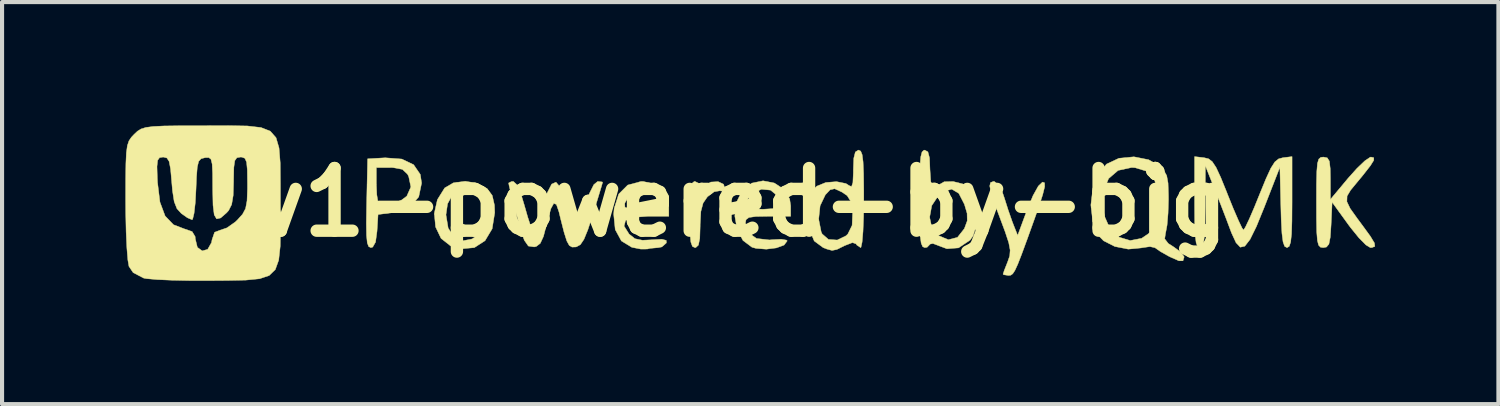
<source format=kicad_pcb>
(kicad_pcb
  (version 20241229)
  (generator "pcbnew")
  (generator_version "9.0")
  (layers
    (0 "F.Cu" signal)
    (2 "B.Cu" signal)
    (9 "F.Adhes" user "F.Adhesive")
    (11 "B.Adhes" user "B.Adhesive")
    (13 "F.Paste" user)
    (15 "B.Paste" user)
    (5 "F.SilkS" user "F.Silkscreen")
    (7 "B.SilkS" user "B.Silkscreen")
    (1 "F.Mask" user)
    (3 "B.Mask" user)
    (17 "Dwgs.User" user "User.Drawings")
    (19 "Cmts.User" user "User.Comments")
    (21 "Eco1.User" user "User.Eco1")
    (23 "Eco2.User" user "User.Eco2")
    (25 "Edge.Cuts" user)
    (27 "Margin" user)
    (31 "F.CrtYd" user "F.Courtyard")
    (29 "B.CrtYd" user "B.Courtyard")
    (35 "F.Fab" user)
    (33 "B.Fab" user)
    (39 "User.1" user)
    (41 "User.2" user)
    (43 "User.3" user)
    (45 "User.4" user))
  (footprint "v1-powered-by-big"
    (layer "F.Cu")
    (at 14.991 1.87)
    (property "Reference" "v1-powered-by-big" (at 0 0 0) (layer "F.SilkS") (effects (font (size 1.524 1.524) (thickness 0.3))))
    (attr through_hole)
    (fp_poly (pts (xy -1.03 -0.453) (xy -1.016 -0.406) (xy -0.991 -0.347) (xy -0.914 -0.406) (xy -0.756 -0.493) (xy -0.579 -0.503) (xy -0.449 -0.442) (xy -0.423 -0.372) (xy -0.476 -0.275) (xy -0.541 -0.281) (xy -0.677 -0.257) (xy -0.837 -0.137) (xy -0.838 -0.137) (xy -0.944 0.017) (xy -0.999 0.223) (xy -1.016 0.536) (xy -1.016 0.577) (xy -1.025 0.877) (xy -1.058 1.04) (xy -1.122 1.099) (xy -1.143 1.101) (xy -1.204 1.072) (xy -1.242 0.967) (xy -1.262 0.756) (xy -1.27 0.413) (xy -1.27 0.296) (xy -1.265 -0.087) (xy -1.249 -0.33) (xy -1.216 -0.46) (xy -1.161 -0.506) (xy -1.143 -0.508) (xy -1.03 -0.453)) (stroke (width 0.01) (type solid)) (fill yes) (layer "F.SilkS"))
    (fp_poly (pts (xy -6.431 -0.464) (xy -6.197 -0.335) (xy -6.072 -0.168) (xy -6.018 0.066) (xy -6.011 0.253) (xy -6.074 0.644) (xy -6.247 0.933) (xy -6.507 1.101) (xy -6.831 1.131) (xy -7.085 1.059) (xy -7.316 0.877) (xy -7.449 0.599) (xy -7.477 0.303) (xy -7.197 0.303) (xy -7.143 0.627) (xy -7 0.844) (xy -6.797 0.937) (xy -6.56 0.89) (xy -6.42 0.791) (xy -6.306 0.591) (xy -6.265 0.311) (xy -6.3 0.026) (xy -6.405 -0.184) (xy -6.621 -0.329) (xy -6.839 -0.329) (xy -7.029 -0.201) (xy -7.158 0.035) (xy -7.197 0.303) (xy -7.477 0.303) (xy -7.481 0.27) (xy -7.405 -0.066) (xy -7.228 -0.35) (xy -7.016 -0.474) (xy -6.728 -0.512) (xy -6.431 -0.464)) (stroke (width 0.01) (type solid)) (fill yes) (layer "F.SilkS"))
    (fp_poly (pts (xy -8.272 -1.053) (xy -7.983 -0.915) (xy -7.821 -0.678) (xy -7.789 -0.469) (xy -7.859 -0.133) (xy -8.065 0.103) (xy -8.4 0.234) (xy -8.474 0.247) (xy -8.848 0.296) (xy -8.873 0.699) (xy -8.909 0.966) (xy -8.978 1.088) (xy -9.024 1.101) (xy -9.076 1.076) (xy -9.11 0.987) (xy -9.128 0.806) (xy -9.133 0.509) (xy -9.126 0.071) (xy -9.125 0.021) (xy -9.106 -0.847) (xy -8.89 -0.847) (xy -8.89 -0.437) (xy -8.879 -0.186) (xy -8.85 -0.01) (xy -8.831 0.031) (xy -8.698 0.063) (xy -8.491 0.029) (xy -8.283 -0.051) (xy -8.149 -0.151) (xy -8.05 -0.374) (xy -8.102 -0.624) (xy -8.131 -0.683) (xy -8.256 -0.802) (xy -8.487 -0.845) (xy -8.554 -0.847) (xy -8.89 -0.847) (xy -9.106 -0.847) (xy -9.102 -1.058) (xy -8.673 -1.083) (xy -8.272 -1.053)) (stroke (width 0.01) (type solid)) (fill yes) (layer "F.SilkS"))
    (fp_poly (pts (xy 6.237 -0.43) (xy 6.342 -0.22) (xy 6.381 -0.106) (xy 6.476 0.193) (xy 6.573 0.47) (xy 6.604 0.55) (xy 6.705 0.804) (xy 6.94 0.169) (xy 7.079 -0.165) (xy 7.207 -0.395) (xy 7.308 -0.492) (xy 7.31 -0.492) (xy 7.359 -0.475) (xy 7.361 -0.378) (xy 7.312 -0.182) (xy 7.208 0.136) (xy 7.116 0.397) (xy 6.937 0.895) (xy 6.804 1.257) (xy 6.708 1.503) (xy 6.638 1.656) (xy 6.584 1.738) (xy 6.536 1.772) (xy 6.484 1.778) (xy 6.479 1.778) (xy 6.365 1.76) (xy 6.35 1.745) (xy 6.38 1.653) (xy 6.452 1.471) (xy 6.463 1.443) (xy 6.512 1.302) (xy 6.522 1.162) (xy 6.488 0.982) (xy 6.401 0.718) (xy 6.297 0.439) (xy 6.147 0.037) (xy 6.058 -0.234) (xy 6.026 -0.398) (xy 6.045 -0.481) (xy 6.112 -0.507) (xy 6.135 -0.508) (xy 6.237 -0.43)) (stroke (width 0.01) (type solid)) (fill yes) (layer "F.SilkS"))
    (fp_poly (pts (xy 0.789 -0.469) (xy 1.019 -0.318) (xy 1.161 -0.082) (xy 1.185 0.085) (xy 1.185 0.339) (xy 0.635 0.339) (xy 0.337 0.344) (xy 0.17 0.368) (xy 0.099 0.422) (xy 0.085 0.502) (xy 0.155 0.738) (xy 0.355 0.879) (xy 0.668 0.915) (xy 0.735 0.909) (xy 0.956 0.898) (xy 1.086 0.919) (xy 1.101 0.937) (xy 1.026 1.038) (xy 0.838 1.108) (xy 0.592 1.139) (xy 0.342 1.119) (xy 0.245 1.092) (xy 0.026 0.928) (xy -0.117 0.659) (xy -0.173 0.334) (xy -0.135 0.004) (xy -0.121 -0.025) (xy 0.095 -0.025) (xy 0.108 0.092) (xy 0.28 0.156) (xy 0.508 0.169) (xy 0.76 0.153) (xy 0.909 0.11) (xy 0.931 0.079) (xy 0.864 -0.158) (xy 0.696 -0.297) (xy 0.473 -0.319) (xy 0.245 -0.203) (xy 0.239 -0.199) (xy 0.095 -0.025) (xy -0.121 -0.025) (xy 0.005 -0.284) (xy 0.006 -0.285) (xy 0.238 -0.467) (xy 0.514 -0.523) (xy 0.789 -0.469)) (stroke (width 0.01) (type solid)) (fill yes) (layer "F.SilkS"))
    (fp_poly (pts (xy -2.095 -0.437) (xy -1.876 -0.245) (xy -1.78 0.036) (xy -1.778 0.085) (xy -1.778 0.339) (xy -2.289 0.339) (xy -2.64 0.365) (xy -2.831 0.444) (xy -2.866 0.578) (xy -2.745 0.77) (xy -2.741 0.774) (xy -2.603 0.884) (xy -2.42 0.922) (xy -2.188 0.911) (xy -1.946 0.898) (xy -1.84 0.925) (xy -1.837 0.987) (xy -1.948 1.084) (xy -2.034 1.101) (xy -2.231 1.119) (xy -2.3 1.135) (xy -2.456 1.137) (xy -2.675 1.094) (xy -2.678 1.093) (xy -2.931 0.939) (xy -3.081 0.663) (xy -3.119 0.287) (xy -3.107 0.147) (xy -3.067 0.023) (xy -2.851 0.023) (xy -2.845 0.12) (xy -2.707 0.161) (xy -2.455 0.169) (xy -2.199 0.159) (xy -2.071 0.119) (xy -2.033 0.034) (xy -2.032 0.017) (xy -2.098 -0.192) (xy -2.263 -0.312) (xy -2.473 -0.329) (xy -2.675 -0.231) (xy -2.747 -0.15) (xy -2.851 0.023) (xy -3.067 0.023) (xy -2.996 -0.201) (xy -2.777 -0.42) (xy -2.455 -0.507) (xy -2.404 -0.508) (xy -2.095 -0.437)) (stroke (width 0.01) (type solid)) (fill yes) (layer "F.SilkS"))
    (fp_poly (pts (xy 15.364 -1.085) (xy 15.364 -1.023) (xy 15.283 -0.893) (xy 15.11 -0.671) (xy 14.962 -0.492) (xy 14.8 -0.296) (xy 14.715 -0.152) (xy 14.71 -0.017) (xy 14.79 0.15) (xy 14.962 0.391) (xy 15.086 0.558) (xy 15.282 0.827) (xy 15.38 0.989) (xy 15.39 1.072) (xy 15.321 1.099) (xy 15.28 1.101) (xy 15.173 1.036) (xy 15.003 0.864) (xy 14.804 0.619) (xy 14.751 0.548) (xy 14.351 -0.004) (xy 14.326 0.548) (xy 14.306 0.848) (xy 14.273 1.016) (xy 14.214 1.087) (xy 14.135 1.101) (xy 14.068 1.091) (xy 14.022 1.042) (xy 13.993 0.928) (xy 13.977 0.723) (xy 13.971 0.398) (xy 13.97 0) (xy 13.971 -0.449) (xy 13.979 -0.756) (xy 13.995 -0.948) (xy 14.026 -1.051) (xy 14.075 -1.093) (xy 14.139 -1.101) (xy 14.233 -1.082) (xy 14.284 -1.002) (xy 14.305 -0.821) (xy 14.309 -0.585) (xy 14.309 -0.07) (xy 14.739 -0.585) (xy 14.957 -0.828) (xy 15.148 -1.01) (xy 15.277 -1.097) (xy 15.295 -1.101) (xy 15.364 -1.085)) (stroke (width 0.01) (type solid)) (fill yes) (layer "F.SilkS"))
    (fp_poly (pts (xy 4.522 -1.228) (xy 4.561 -1.081) (xy 4.572 -0.804) (xy 4.591 -0.509) (xy 4.645 -0.355) (xy 4.726 -0.352) (xy 4.784 -0.423) (xy 4.918 -0.5) (xy 5.136 -0.506) (xy 5.368 -0.448) (xy 5.548 -0.336) (xy 5.554 -0.33) (xy 5.671 -0.1) (xy 5.722 0.211) (xy 5.706 0.537) (xy 5.623 0.811) (xy 5.546 0.92) (xy 5.267 1.107) (xy 4.985 1.129) (xy 4.805 1.062) (xy 4.645 1.001) (xy 4.572 1.016) (xy 4.572 1.021) (xy 4.503 1.092) (xy 4.445 1.101) (xy 4.394 1.077) (xy 4.358 0.99) (xy 4.335 0.814) (xy 4.323 0.527) (xy 4.321 0.363) (xy 4.564 0.363) (xy 4.621 0.629) (xy 4.763 0.802) (xy 5.019 0.909) (xy 5.241 0.852) (xy 5.409 0.639) (xy 5.479 0.449) (xy 5.475 0.267) (xy 5.41 0.048) (xy 5.273 -0.219) (xy 5.101 -0.321) (xy 4.894 -0.257) (xy 4.776 -0.162) (xy 4.616 0.079) (xy 4.564 0.363) (xy 4.321 0.363) (xy 4.318 0.103) (xy 4.318 -0.085) (xy 4.321 -0.563) (xy 4.33 -0.896) (xy 4.349 -1.108) (xy 4.379 -1.224) (xy 4.425 -1.267) (xy 4.445 -1.27) (xy 4.522 -1.228)) (stroke (width 0.01) (type solid)) (fill yes) (layer "F.SilkS"))
    (fp_poly (pts (xy 2.888 -1.246) (xy 2.923 -1.159) (xy 2.946 -0.984) (xy 2.958 -0.696) (xy 2.963 -0.272) (xy 2.963 -0.085) (xy 2.958 0.349) (xy 2.944 0.709) (xy 2.922 0.967) (xy 2.895 1.093) (xy 2.886 1.101) (xy 2.789 1.035) (xy 2.778 1.011) (xy 2.688 0.979) (xy 2.496 1.053) (xy 2.309 1.146) (xy 2.191 1.17) (xy 2.059 1.134) (xy 1.974 1.1) (xy 1.758 0.94) (xy 1.643 0.667) (xy 1.63 0.411) (xy 1.866 0.411) (xy 1.927 0.718) (xy 1.95 0.768) (xy 2.104 0.902) (xy 2.318 0.917) (xy 2.53 0.814) (xy 2.575 0.771) (xy 2.679 0.56) (xy 2.693 0.244) (xy 2.654 -0.011) (xy 2.558 -0.164) (xy 2.429 -0.251) (xy 2.255 -0.331) (xy 2.144 -0.306) (xy 2.027 -0.181) (xy 1.901 0.083) (xy 1.866 0.411) (xy 1.63 0.411) (xy 1.623 0.267) (xy 1.628 0.187) (xy 1.683 -0.156) (xy 1.783 -0.357) (xy 1.823 -0.394) (xy 2.039 -0.482) (xy 2.3 -0.503) (xy 2.529 -0.457) (xy 2.608 -0.406) (xy 2.666 -0.384) (xy 2.698 -0.48) (xy 2.709 -0.716) (xy 2.709 -0.787) (xy 2.72 -1.074) (xy 2.758 -1.224) (xy 2.831 -1.27) (xy 2.836 -1.27) (xy 2.888 -1.246)) (stroke (width 0.01) (type solid)) (fill yes) (layer "F.SilkS"))
    (fp_poly (pts (xy 9.889 -1.036) (xy 10.134 -0.896) (xy 10.258 -0.777) (xy 10.329 -0.649) (xy 10.362 -0.466) (xy 10.371 -0.176) (xy 10.372 -0.071) (xy 10.362 0.264) (xy 10.338 0.554) (xy 10.304 0.737) (xy 10.302 0.741) (xy 10.28 0.887) (xy 10.366 1) (xy 10.492 1.08) (xy 10.666 1.206) (xy 10.751 1.321) (xy 10.752 1.333) (xy 10.725 1.421) (xy 10.624 1.421) (xy 10.416 1.329) (xy 10.372 1.307) (xy 10.176 1.196) (xy 10.049 1.107) (xy 10.046 1.104) (xy 9.922 1.076) (xy 9.721 1.105) (xy 9.712 1.108) (xy 9.395 1.138) (xy 9.068 1.074) (xy 8.795 0.936) (xy 8.679 0.817) (xy 8.531 0.467) (xy 8.492 0.132) (xy 8.779 0.132) (xy 8.814 0.333) (xy 8.95 0.643) (xy 9.171 0.847) (xy 9.44 0.929) (xy 9.72 0.875) (xy 9.889 0.76) (xy 10.083 0.485) (xy 10.154 0.124) (xy 10.135 -0.181) (xy 10.036 -0.537) (xy 9.848 -0.755) (xy 9.558 -0.843) (xy 9.473 -0.847) (xy 9.147 -0.776) (xy 8.916 -0.578) (xy 8.79 -0.269) (xy 8.779 0.132) (xy 8.492 0.132) (xy 8.485 0.064) (xy 8.533 -0.342) (xy 8.67 -0.697) (xy 8.865 -0.93) (xy 9.168 -1.072) (xy 9.532 -1.107) (xy 9.889 -1.036)) (stroke (width 0.01) (type solid)) (fill yes) (layer "F.SilkS"))
    (fp_poly (pts (xy 13.377 -0.006) (xy 13.374 0.456) (xy 13.364 0.772) (xy 13.342 0.969) (xy 13.308 1.07) (xy 13.257 1.101) (xy 13.253 1.101) (xy 13.197 1.071) (xy 13.158 0.963) (xy 13.131 0.754) (xy 13.113 0.417) (xy 13.105 0.123) (xy 13.081 -0.854) (xy 12.7 0.122) (xy 12.509 0.59) (xy 12.355 0.902) (xy 12.228 1.066) (xy 12.118 1.091) (xy 12.015 0.982) (xy 11.907 0.748) (xy 11.888 0.699) (xy 11.779 0.408) (xy 11.638 0.042) (xy 11.505 -0.296) (xy 11.269 -0.889) (xy 11.265 0.106) (xy 11.26 0.539) (xy 11.246 0.829) (xy 11.221 1.002) (xy 11.181 1.083) (xy 11.134 1.101) (xy 11.081 1.076) (xy 11.045 0.986) (xy 11.022 0.805) (xy 11.01 0.509) (xy 11.007 0.072) (xy 11.007 -0.006) (xy 11.007 -1.112) (xy 11.238 -1.085) (xy 11.346 -1.059) (xy 11.437 -0.989) (xy 11.53 -0.848) (xy 11.642 -0.607) (xy 11.792 -0.238) (xy 11.809 -0.193) (xy 11.95 0.156) (xy 12.072 0.438) (xy 12.159 0.621) (xy 12.196 0.675) (xy 12.243 0.602) (xy 12.338 0.403) (xy 12.464 0.11) (xy 12.586 -0.191) (xy 12.744 -0.576) (xy 12.861 -0.83) (xy 12.957 -0.981) (xy 13.048 -1.056) (xy 13.154 -1.085) (xy 13.154 -1.085) (xy 13.377 -1.112) (xy 13.377 -0.006)) (stroke (width 0.01) (type solid)) (fill yes) (layer "F.SilkS"))
    (fp_poly (pts (xy -3.399 -0.496) (xy -3.388 -0.487) (xy -3.412 -0.402) (xy -3.475 -0.193) (xy -3.566 0.106) (xy -3.625 0.296) (xy -3.746 0.666) (xy -3.842 0.9) (xy -3.929 1.029) (xy -4.023 1.081) (xy -4.042 1.085) (xy -4.131 1.088) (xy -4.198 1.049) (xy -4.258 0.94) (xy -4.324 0.732) (xy -4.409 0.399) (xy -4.449 0.233) (xy -4.511 0.052) (xy -4.575 0.024) (xy -4.646 0.154) (xy -4.728 0.447) (xy -4.748 0.529) (xy -4.826 0.829) (xy -4.904 0.998) (xy -5 1.072) (xy -5.051 1.084) (xy -5.193 1.063) (xy -5.291 0.923) (xy -5.325 0.83) (xy -5.388 0.625) (xy -5.466 0.348) (xy -5.547 0.05) (xy -5.617 -0.22) (xy -5.662 -0.41) (xy -5.673 -0.47) (xy -5.604 -0.505) (xy -5.558 -0.508) (xy -5.473 -0.429) (xy -5.375 -0.207) (xy -5.293 0.064) (xy -5.209 0.358) (xy -5.134 0.587) (xy -5.083 0.701) (xy -5.082 0.702) (xy -5.034 0.66) (xy -4.96 0.487) (xy -4.874 0.22) (xy -4.855 0.152) (xy -4.735 -0.23) (xy -4.626 -0.444) (xy -4.521 -0.49) (xy -4.419 -0.37) (xy -4.312 -0.083) (xy -4.273 0.059) (xy -4.166 0.435) (xy -4.082 0.651) (xy -4.015 0.716) (xy -3.96 0.637) (xy -3.934 0.541) (xy -3.826 0.121) (xy -3.711 -0.212) (xy -3.601 -0.431) (xy -3.507 -0.508) (xy -3.399 -0.496)) (stroke (width 0.01) (type solid)) (fill yes) (layer "F.SilkS"))
    (fp_poly (pts (xy -12.026 -1.857) (xy -11.694 -1.819) (xy -11.469 -1.731) (xy -11.329 -1.572) (xy -11.256 -1.322) (xy -11.227 -0.96) (xy -11.223 -0.465) (xy -11.223 -0.014) (xy -11.22 0.601) (xy -11.227 1.067) (xy -11.264 1.405) (xy -11.347 1.635) (xy -11.496 1.78) (xy -11.729 1.858) (xy -12.064 1.891) (xy -12.52 1.9) (xy -12.929 1.903) (xy -13.411 1.903) (xy -13.854 1.894) (xy -14.22 1.878) (xy -14.472 1.856) (xy -14.546 1.843) (xy -14.803 1.709) (xy -14.905 1.558) (xy -14.932 1.402) (xy -14.956 1.112) (xy -14.974 0.72) (xy -14.984 0.26) (xy -14.986 -0.052) (xy -14.985 -0.568) (xy -14.981 -0.869) (xy -14.224 -0.869) (xy -14.216 -0.593) (xy -14.211 -0.487) (xy -14.152 -0.006) (xy -14.026 0.332) (xy -13.823 0.544) (xy -13.568 0.642) (xy -13.369 0.711) (xy -13.296 0.833) (xy -13.293 0.884) (xy -13.242 1.094) (xy -13.123 1.181) (xy -12.991 1.143) (xy -12.897 0.977) (xy -12.885 0.909) (xy -12.823 0.728) (xy -12.688 0.677) (xy -12.522 0.62) (xy -12.321 0.478) (xy -12.27 0.43) (xy -12.143 0.289) (xy -12.069 0.15) (xy -12.034 -0.038) (xy -12.023 -0.326) (xy -12.023 -0.459) (xy -12.027 -0.786) (xy -12.045 -0.978) (xy -12.086 -1.071) (xy -12.159 -1.099) (xy -12.192 -1.101) (xy -12.281 -1.085) (xy -12.332 -1.013) (xy -12.355 -0.848) (xy -12.361 -0.555) (xy -12.361 -0.508) (xy -12.371 -0.167) (xy -12.408 0.053) (xy -12.482 0.199) (xy -12.531 0.254) (xy -12.676 0.38) (xy -12.774 0.402) (xy -12.832 0.304) (xy -12.861 0.07) (xy -12.869 -0.316) (xy -12.869 -0.345) (xy -12.871 -0.707) (xy -12.882 -0.931) (xy -12.911 -1.048) (xy -12.964 -1.089) (xy -13.051 -1.087) (xy -13.06 -1.085) (xy -13.152 -1.061) (xy -13.21 -0.997) (xy -13.244 -0.858) (xy -13.263 -0.612) (xy -13.275 -0.318) (xy -13.293 0.013) (xy -13.322 0.267) (xy -13.356 0.408) (xy -13.371 0.423) (xy -13.484 0.375) (xy -13.632 0.27) (xy -13.738 0.154) (xy -13.805 -0.016) (xy -13.847 -0.285) (xy -13.865 -0.492) (xy -13.893 -0.81) (xy -13.928 -0.994) (xy -13.983 -1.079) (xy -14.07 -1.101) (xy -14.075 -1.101) (xy -14.161 -1.087) (xy -14.208 -1.021) (xy -14.224 -0.869) (xy -14.981 -0.869) (xy -14.98 -0.943) (xy -14.968 -1.204) (xy -14.944 -1.379) (xy -14.905 -1.495) (xy -14.847 -1.582) (xy -14.778 -1.655) (xy -14.698 -1.73) (xy -14.612 -1.784) (xy -14.495 -1.821) (xy -14.318 -1.844) (xy -14.055 -1.857) (xy -13.68 -1.862) (xy -13.165 -1.863) (xy -13.094 -1.863) (xy -12.486 -1.865) (xy -12.026 -1.857)) (stroke (width 0.01) (type solid)) (fill yes) (layer "F.SilkS")))
  (gr_rect
    (start -3 -3)
    (end 33.386 6.777)
    (stroke (width 0.1) (type default))
    (fill no)
    (layer "Edge.Cuts")))
</source>
